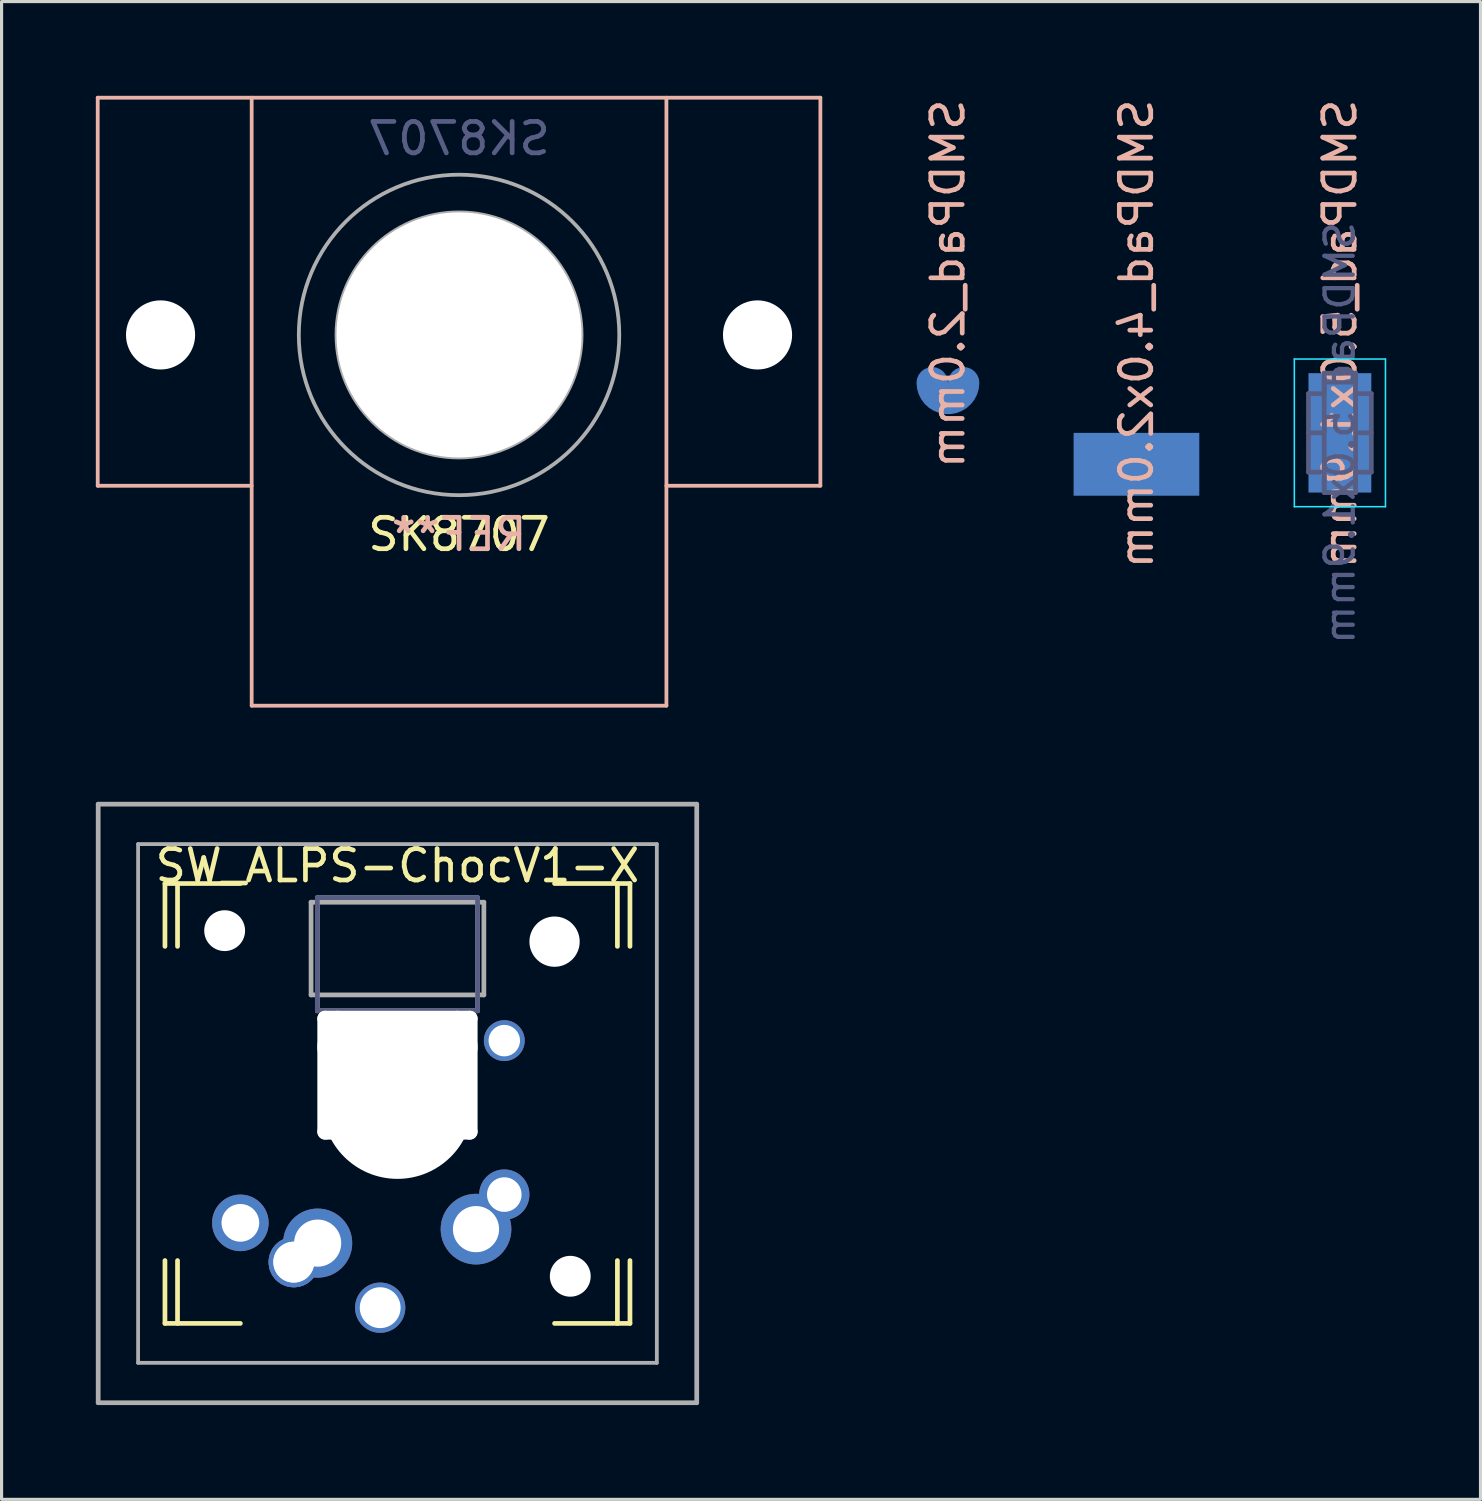
<source format=kicad_pcb>
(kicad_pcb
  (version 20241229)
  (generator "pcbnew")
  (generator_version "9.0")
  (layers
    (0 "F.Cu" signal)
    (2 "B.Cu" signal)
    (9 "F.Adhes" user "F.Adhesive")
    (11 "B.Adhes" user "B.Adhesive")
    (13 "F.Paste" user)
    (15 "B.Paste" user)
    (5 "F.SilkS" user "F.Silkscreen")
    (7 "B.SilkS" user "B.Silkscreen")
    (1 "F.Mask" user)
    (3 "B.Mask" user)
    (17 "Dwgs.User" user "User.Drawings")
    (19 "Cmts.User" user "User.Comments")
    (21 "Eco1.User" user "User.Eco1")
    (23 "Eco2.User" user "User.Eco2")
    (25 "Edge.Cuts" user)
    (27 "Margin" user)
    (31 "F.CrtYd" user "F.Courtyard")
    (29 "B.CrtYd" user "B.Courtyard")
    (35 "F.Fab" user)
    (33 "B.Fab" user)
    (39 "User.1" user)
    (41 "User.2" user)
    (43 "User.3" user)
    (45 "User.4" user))
  (footprint "SMDPad_4.0x2.0mm"
    (layer "F.Cu")
    (at 33.12 10.727)
    (property "Reference" "SMDPad_4.0x2.0mm" (at 0 -3.15 90) (layer "B.SilkS") (effects (font (size 1 1) (thickness 0.15)) (justify mirror)))
    (attr smd)
    (pad "1" smd rect (at 0 0) (size 4 2) (drill (offset 0 1)) (layers "B.Cu" "B.Mask" "B.Paste")))
  (footprint "SK8707"
    (layer "F.Cu")
    (at 11.56 7.61)
    (property "Reference" "SK8707" (at 0 6.35 0) (layer "F.SilkS") (effects (font (size 1 1) (thickness 0.15))))
    (attr through_hole)
    (fp_line (start -11.5 -7.55) (end -11.5 4.8) (stroke (width 0.12) (type solid)) (layer "B.SilkS"))
    (fp_line (start -11.5 -7.55) (end 11.5 -7.55) (stroke (width 0.12) (type solid)) (layer "B.SilkS"))
    (fp_line (start -11.5 4.8) (end -6.6 4.8) (stroke (width 0.12) (type solid)) (layer "B.SilkS"))
    (fp_line (start -6.6 11.8) (end -6.6 -7.55) (stroke (width 0.12) (type solid)) (layer "B.SilkS"))
    (fp_line (start -6.6 11.8) (end 6.6 11.8) (stroke (width 0.12) (type solid)) (layer "B.SilkS"))
    (fp_line (start 6.6 4.8) (end 11.5 4.8) (stroke (width 0.12) (type solid)) (layer "B.SilkS"))
    (fp_line (start 6.6 11.8) (end 6.6 -7.55) (stroke (width 0.12) (type solid)) (layer "B.SilkS"))
    (fp_line (start 11.5 4.8) (end 11.5 -7.55) (stroke (width 0.12) (type solid)) (layer "B.SilkS"))
    (fp_line (start -1.2 -1.2) (end -1.2 1.2) (stroke (width 0.12) (type solid)) (layer "F.Fab"))
    (fp_line (start 1.2 -1.2) (end -1.2 -1.2) (stroke (width 0.12) (type solid)) (layer "F.Fab"))
    (fp_line (start 1.2 1.2) (end -1.2 1.2) (stroke (width 0.12) (type solid)) (layer "F.Fab"))
    (fp_line (start 1.2 1.2) (end 1.2 -1.2) (stroke (width 0.12) (type solid)) (layer "F.Fab"))
    (fp_circle (center 0 0) (end 3.9 0) (stroke (width 0.12) (type solid)) (fill no) (layer "F.Fab"))
    (fp_circle (center 0 0) (end 5.1 0) (stroke (width 0.12) (type solid)) (fill no) (layer "F.Fab"))
    (fp_text user "REF**" (at 0 6.35 0) (layer "B.SilkS") (effects (font (size 1 1) (thickness 0.15)) (justify mirror)))
    (fp_text user "SK8707" (at 0 -6.25 0) (layer "B.Fab") (effects (font (size 1 1) (thickness 0.15)) (justify mirror)))
    (pad "" np_thru_hole circle (at -9.5 0) (size 2.2 2.2) (drill 2.2) (layers "*.Cu" "*.Mask"))
    (pad "" np_thru_hole circle (at 0 0) (size 7.8 7.8) (drill 7.8) (layers "*.Cu" "*.Mask"))
    (pad "" np_thru_hole circle (at 9.5 0) (size 2.2 2.2) (drill 2.2) (layers "*.Cu" "*.Mask")))
  (footprint "SW_ALPS-ChocV1-X"
    (layer "F.Cu")
    (at 9.6 32.07)
    (property "Reference" "SW_ALPS-ChocV1-X" (at 0 -7.567 0) (layer "F.SilkS") (effects (font (size 1 1) (thickness 0.15))))
    (attr through_hole)
    (fp_line (start -7.4 -7) (end -5 -7) (stroke (width 0.15) (type solid)) (layer "F.SilkS"))
    (fp_line (start -7.4 -5) (end -7.4 -7) (stroke (width 0.15) (type solid)) (layer "F.SilkS"))
    (fp_line (start -7.4 5) (end -7.4 7) (stroke (width 0.15) (type solid)) (layer "F.SilkS"))
    (fp_line (start -7.4 7) (end -5 7) (stroke (width 0.15) (type solid)) (layer "F.SilkS"))
    (fp_line (start -7 -5) (end -7 -7) (stroke (width 0.15) (type solid)) (layer "F.SilkS"))
    (fp_line (start -7 5) (end -7 7) (stroke (width 0.15) (type solid)) (layer "F.SilkS"))
    (fp_line (start 5 7) (end 7.4 7) (stroke (width 0.15) (type solid)) (layer "F.SilkS"))
    (fp_line (start 7 -5) (end 7 -7) (stroke (width 0.15) (type solid)) (layer "F.SilkS"))
    (fp_line (start 7 7) (end 7 5) (stroke (width 0.15) (type solid)) (layer "F.SilkS"))
    (fp_line (start 7.4 -7) (end 5 -7) (stroke (width 0.15) (type solid)) (layer "F.SilkS"))
    (fp_line (start 7.4 -5) (end 7.4 -7) (stroke (width 0.15) (type solid)) (layer "F.SilkS"))
    (fp_line (start 7.4 7) (end 7.4 5) (stroke (width 0.15) (type solid)) (layer "F.SilkS"))
    (fp_line (start -2.55 -6.55) (end 2.55 -6.55) (stroke (width 0.15) (type solid)) (layer "B.Fab"))
    (fp_line (start -2.55 -2.95) (end -2.55 -6.55) (stroke (width 0.15) (type solid)) (layer "B.Fab"))
    (fp_line (start 2.55 -6.55) (end 2.55 -2.95) (stroke (width 0.15) (type solid)) (layer "B.Fab"))
    (fp_line (start 2.55 -2.95) (end -2.55 -2.95) (stroke (width 0.15) (type solid)) (layer "B.Fab"))
    (fp_line (start -9.525 -9.525) (end 9.525 -9.525) (stroke (width 0.15) (type solid)) (layer "F.Fab"))
    (fp_line (start -9.525 9.525) (end -9.525 -9.525) (stroke (width 0.15) (type solid)) (layer "F.Fab"))
    (fp_line (start -8.255 -8.255) (end 8.255 -8.255) (stroke (width 0.12) (type solid)) (layer "F.Fab"))
    (fp_line (start -8.255 8.255) (end -8.255 -8.255) (stroke (width 0.12) (type solid)) (layer "F.Fab"))
    (fp_line (start -2.75 -6.405) (end 2.75 -6.405) (stroke (width 0.15) (type solid)) (layer "F.Fab"))
    (fp_line (start -2.75 -3.455) (end -2.75 -6.405) (stroke (width 0.15) (type solid)) (layer "F.Fab"))
    (fp_line (start -2.75 -3.455) (end 2.75 -3.455) (stroke (width 0.15) (type solid)) (layer "F.Fab"))
    (fp_line (start -2.55 -6.55) (end -2.55 -2.95) (stroke (width 0.15) (type solid)) (layer "F.Fab"))
    (fp_line (start -2.55 -2.95) (end 2.55 -2.95) (stroke (width 0.15) (type solid)) (layer "F.Fab"))
    (fp_line (start 2.55 -6.55) (end -2.55 -6.55) (stroke (width 0.15) (type solid)) (layer "F.Fab"))
    (fp_line (start 2.55 -2.95) (end 2.55 -6.55) (stroke (width 0.15) (type solid)) (layer "F.Fab"))
    (fp_line (start 2.75 -3.455) (end 2.75 -6.405) (stroke (width 0.15) (type solid)) (layer "F.Fab"))
    (fp_line (start 8.255 -8.255) (end 8.255 8.255) (stroke (width 0.12) (type solid)) (layer "F.Fab"))
    (fp_line (start 8.255 8.255) (end -8.255 8.255) (stroke (width 0.12) (type solid)) (layer "F.Fab"))
    (fp_line (start 9.525 -9.525) (end 9.525 9.525) (stroke (width 0.15) (type solid)) (layer "F.Fab"))
    (fp_line (start 9.525 9.525) (end -9.525 9.525) (stroke (width 0.15) (type solid)) (layer "F.Fab"))
    (pad "" np_thru_hole circle (at -5.5 -5.5) (size 1.3 1.3) (drill 1.3) (layers "*.Cu" "*.Mask"))
    (pad "" np_thru_hole oval (at -2.3 -0.9 180) (size 0.5 4.1) (drill oval 0.5 4.1) (layers "*.Cu" "*.Mask"))
    (pad "" np_thru_hole oval (at -1.905 -0.9 180) (size 0.5 4.1) (drill oval 0.5 4.1) (layers "*.Cu" "*.Mask"))
    (pad "" np_thru_hole oval (at 0 -2.7 180) (size 5.1 0.5) (drill oval 5.1 0.5) (layers "*.Cu" "*.Mask"))
    (pad "" np_thru_hole oval (at 0 -1.8 180) (size 5.1 1.5) (drill oval 5.1 1.5) (layers "*.Cu" "*.Mask"))
    (pad "" np_thru_hole circle (at 0 0) (size 4.8 4.8) (drill 4.8) (layers "*.Cu" "*.Mask"))
    (pad "" np_thru_hole oval (at 0 0.9 180) (size 5.1 0.5) (drill oval 5.1 0.5) (layers "*.Cu" "*.Mask"))
    (pad "" np_thru_hole oval (at 1.9 -0.9 180) (size 0.5 4.1) (drill oval 0.5 4.1) (layers "*.Cu" "*.Mask"))
    (pad "" np_thru_hole oval (at 2.3 -0.9 180) (size 0.5 4.1) (drill oval 0.5 4.1) (layers "*.Cu" "*.Mask"))
    (pad "" np_thru_hole circle (at 5 -5.15) (size 1.6 1.6) (drill 1.6) (layers "*.Cu" "*.Mask"))
    (pad "" np_thru_hole circle (at 5.5 5.5) (size 1.3 1.3) (drill 1.3) (layers "*.Cu" "*.Mask"))
    (pad "1" thru_hole circle (at -5 3.8 180) (size 1.8 1.8) (drill 1.2) (layers "*.Cu" "*.Mask"))
    (pad "1" thru_hole circle (at 3.4 -2) (size 1.3 1.3) (drill 1) (layers "*.Cu" "*.Mask"))
    (pad "2" thru_hole circle (at -0.55 6.5 180) (size 1.6 1.6) (drill 1.3) (layers "*.Cu" "*.Mask"))
    (pad "2" thru_hole circle (at 2.5 4 180) (size 2.25 2.25) (drill 1.47) (layers "*.Cu" "B.Mask"))
    (pad "2" thru_hole circle (at 3.4 2.9) (size 1.6 1.6) (drill 1.1) (layers "*.Cu" "*.Mask"))
    (pad "3" thru_hole circle (at -3.3 5.05 180) (size 1.6 1.6) (drill 1.3) (layers "*.Cu" "*.Mask"))
    (pad "3" thru_hole circle (at -3.3 5.05 180) (size 1.6 1.6) (drill 1.3) (layers "*.Cu" "*.Mask"))
    (pad "3" thru_hole circle (at -2.54 4.445 180) (size 2.2 2.2) (drill 1.5) (layers "*.Cu" "*.Mask")))
  (footprint "SMDPad_2.0mm"
    (layer "F.Cu")
    (at 27.12 9.132)
    (property "Reference" "SMDPad_2.0mm" (at 0 -3.15 90) (layer "B.SilkS") (effects (font (size 1 1) (thickness 0.15)) (justify mirror)))
    (attr smd)
    (pad "1" smd custom (at 0 0) (size 0.000001 0.000001) (layers "B.Cu" "B.Mask" "B.Paste") (options (anchor rect)) (primitives (gr_arc (start 0.5 0) (mid 0 0.5) (end -0.5 0) (width 1)))))
  (footprint "SMDPad_5.0x1.9mm"
    (layer "F.Cu")
    (at 39.595 10.727)
    (property "Reference" "SMDPad_5.0x1.9mm" (at 0 -3.15 90) (layer "B.SilkS") (effects (font (size 1 1) (thickness 0.15)) (justify mirror)))
    (attr smd)
    (fp_line (start -1.45 -2.35) (end -1.45 2.35) (stroke (width 0.05) (type solid)) (layer "B.CrtYd"))
    (fp_line (start -1.45 2.35) (end 1.45 2.35) (stroke (width 0.05) (type solid)) (layer "B.CrtYd"))
    (fp_line (start 1.45 -2.35) (end -1.45 -2.35) (stroke (width 0.05) (type solid)) (layer "B.CrtYd"))
    (fp_line (start 1.45 2.35) (end 1.45 -2.35) (stroke (width 0.05) (type solid)) (layer "B.CrtYd"))
    (fp_line (start -1 -1.25) (end -0.5 -1.25) (stroke (width 0.15) (type solid)) (layer "B.Fab"))
    (fp_line (start -1 1.25) (end -1 -1.25) (stroke (width 0.15) (type solid)) (layer "B.Fab"))
    (fp_line (start -0.5 -1.9) (end -0.5 1.9) (stroke (width 0.15) (type solid)) (layer "B.Fab"))
    (fp_line (start -0.5 -1.9) (end 0.5 -1.9) (stroke (width 0.15) (type solid)) (layer "B.Fab"))
    (fp_line (start -0.5 -1.25) (end -0.5 -1.75) (stroke (width 0.15) (type solid)) (layer "B.Fab"))
    (fp_line (start -0.5 0) (end -1 0) (stroke (width 0.15) (type solid)) (layer "B.Fab"))
    (fp_line (start -0.5 1.25) (end -1 1.25) (stroke (width 0.15) (type solid)) (layer "B.Fab"))
    (fp_line (start -0.5 1.75) (end -0.5 1.25) (stroke (width 0.15) (type solid)) (layer "B.Fab"))
    (fp_line (start 0.5 -1.75) (end 0.5 -1.25) (stroke (width 0.15) (type solid)) (layer "B.Fab"))
    (fp_line (start 0.5 -1.25) (end 1 -1.25) (stroke (width 0.15) (type solid)) (layer "B.Fab"))
    (fp_line (start 0.5 1.25) (end 0.5 1.75) (stroke (width 0.15) (type solid)) (layer "B.Fab"))
    (fp_line (start 0.5 1.9) (end -0.5 1.9) (stroke (width 0.15) (type solid)) (layer "B.Fab"))
    (fp_line (start 0.5 1.9) (end 0.5 -1.9) (stroke (width 0.15) (type solid)) (layer "B.Fab"))
    (fp_line (start 1 -1.25) (end 1 1.25) (stroke (width 0.15) (type solid)) (layer "B.Fab"))
    (fp_line (start 1 0) (end 0.5 0) (stroke (width 0.15) (type solid)) (layer "B.Fab"))
    (fp_line (start 1 1.25) (end 0.5 1.25) (stroke (width 0.15) (type solid)) (layer "B.Fab"))
    (fp_text user "${REFERENCE}" (at 0 0 90) (layer "B.Fab") (effects (font (size 0.9 0.9) (thickness 0.135)) (justify mirror)))
    (pad "1" smd rect (at 0 0 90) (size 3.8 2) (layers "B.Cu" "B.Mask" "B.Paste")))
  (gr_rect
    (start -3 -3)
    (end 44.07 44.67)
    (stroke (width 0.1) (type default))
    (fill no)
    (layer "Edge.Cuts")))
</source>
